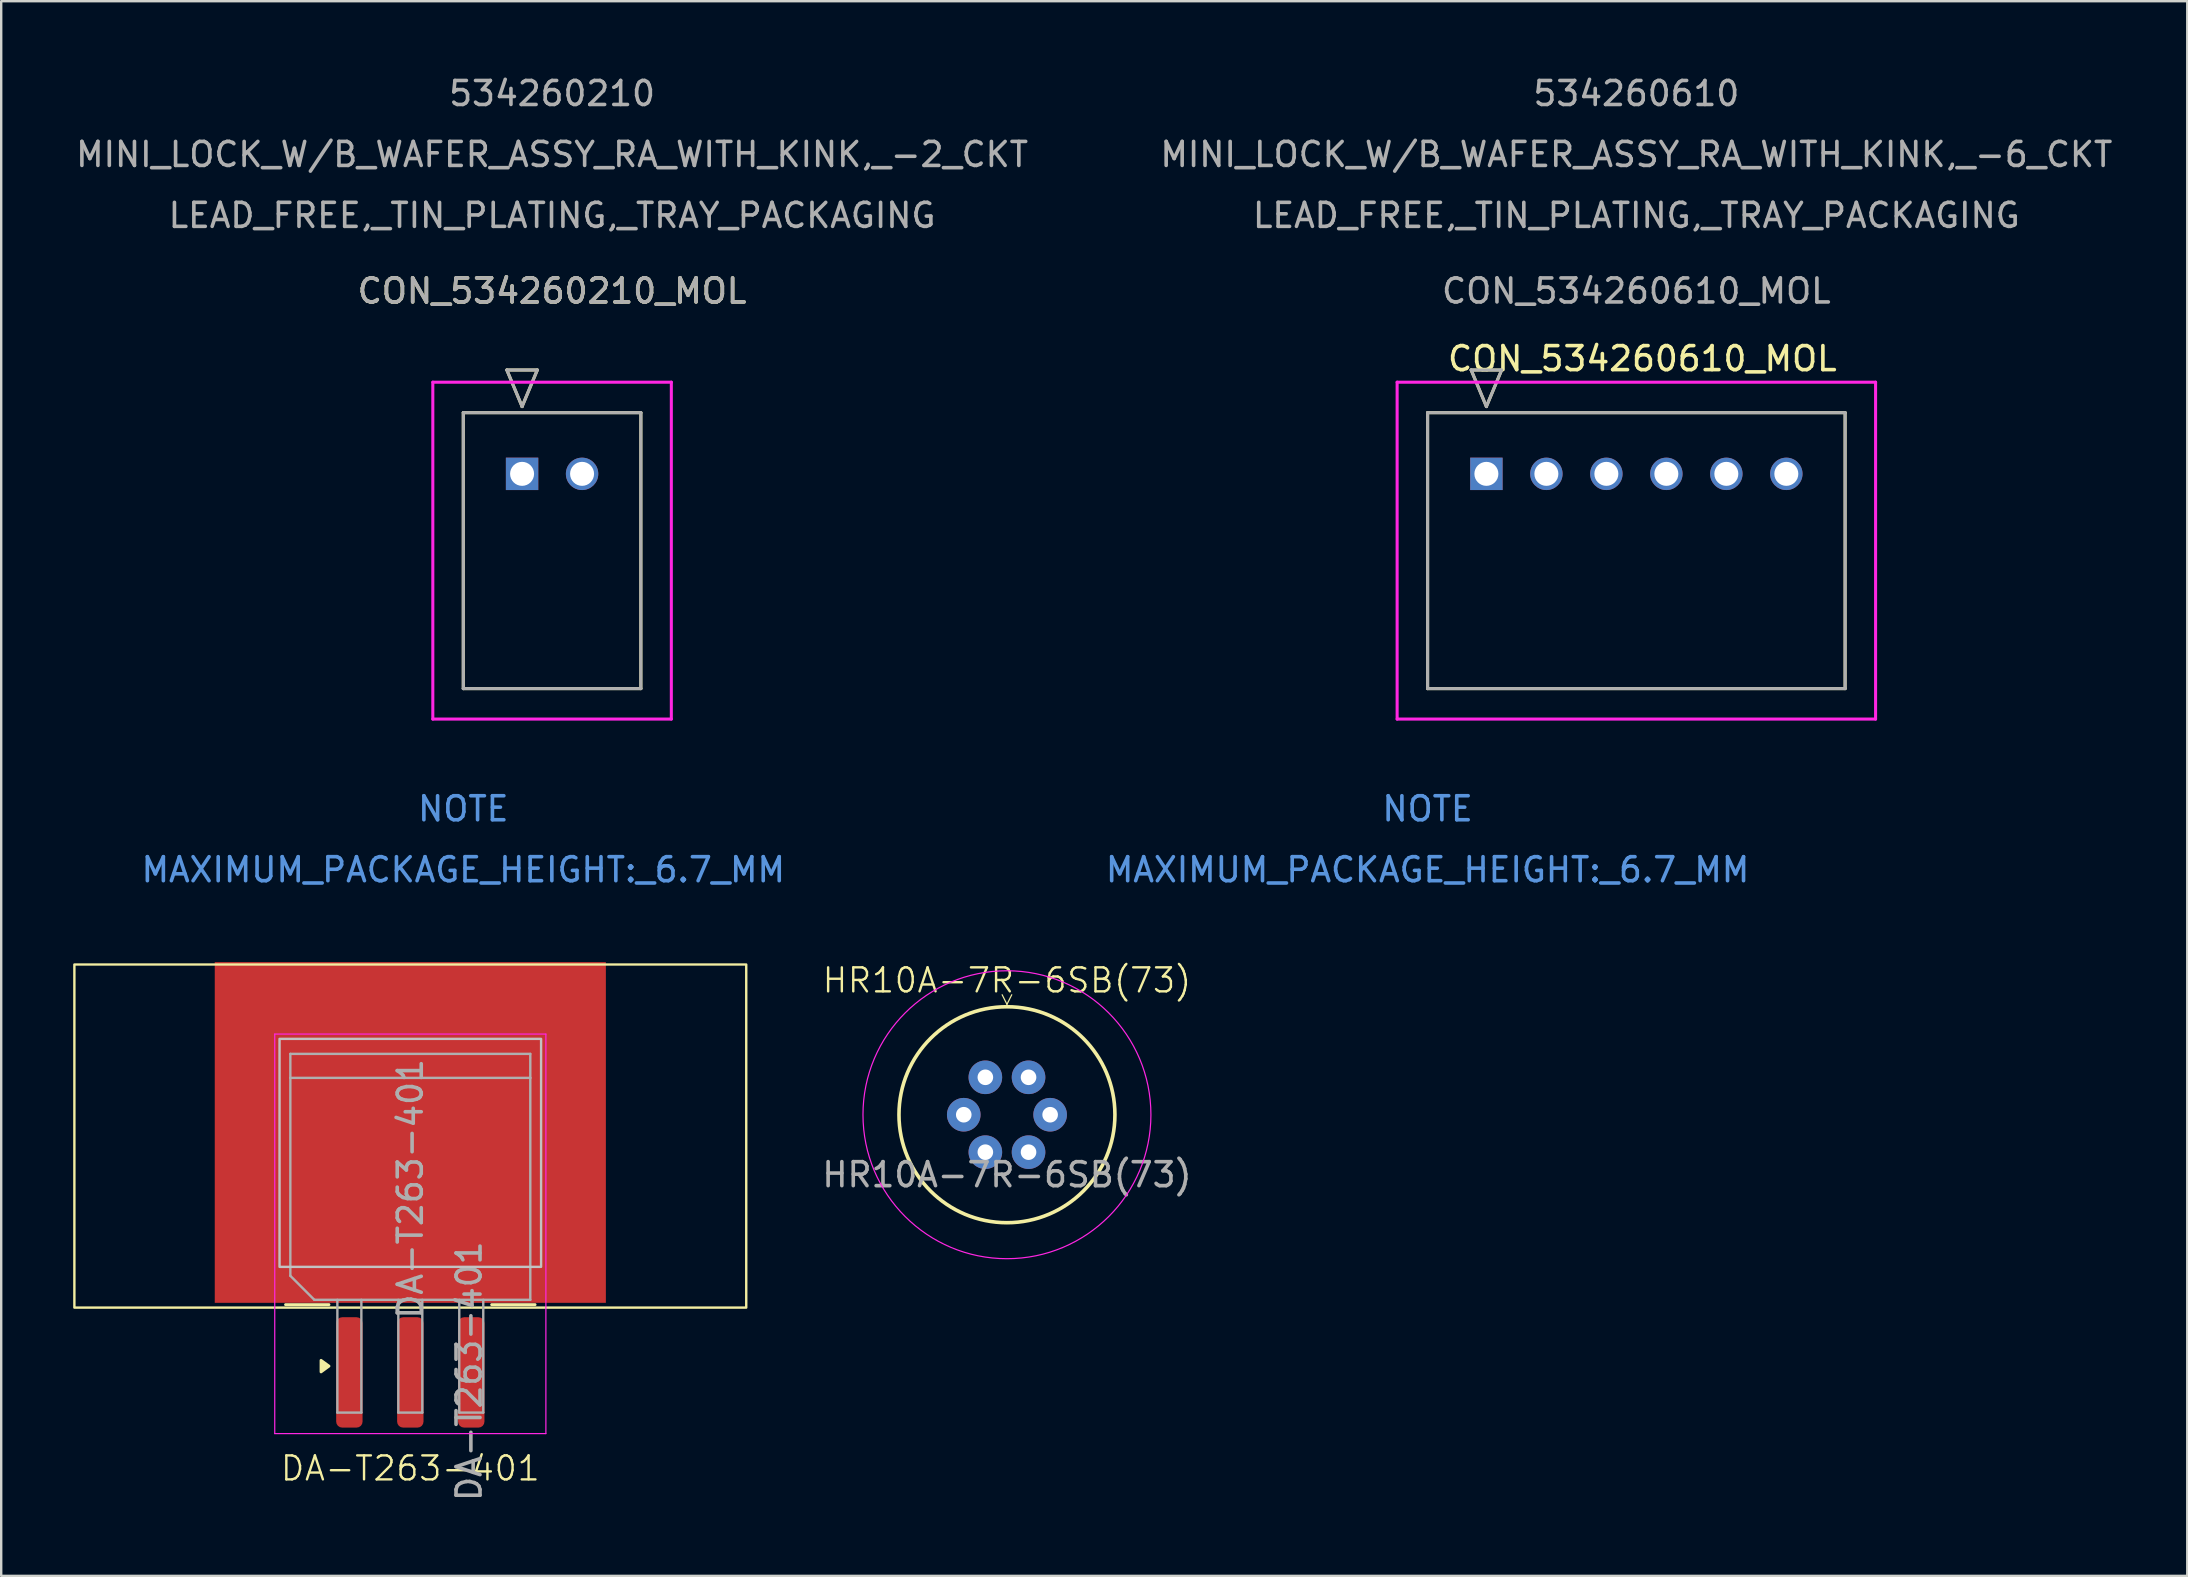
<source format=kicad_pcb>
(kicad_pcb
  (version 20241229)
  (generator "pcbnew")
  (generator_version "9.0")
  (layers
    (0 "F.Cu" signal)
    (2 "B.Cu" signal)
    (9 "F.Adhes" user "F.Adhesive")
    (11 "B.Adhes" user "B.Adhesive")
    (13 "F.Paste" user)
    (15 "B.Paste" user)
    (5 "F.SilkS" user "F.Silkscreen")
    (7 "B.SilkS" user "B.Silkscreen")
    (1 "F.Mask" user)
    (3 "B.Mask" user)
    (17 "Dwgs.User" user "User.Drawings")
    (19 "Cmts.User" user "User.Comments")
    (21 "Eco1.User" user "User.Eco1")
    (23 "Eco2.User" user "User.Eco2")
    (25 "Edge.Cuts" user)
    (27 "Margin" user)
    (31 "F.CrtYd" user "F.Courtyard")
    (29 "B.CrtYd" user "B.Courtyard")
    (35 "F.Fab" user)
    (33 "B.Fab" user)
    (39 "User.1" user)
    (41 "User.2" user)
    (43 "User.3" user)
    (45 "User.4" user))
  (footprint "CON_534260210_MOL"
    (layer "F.Cu")
    (at 18.708 16.698)
    (property "Reference" "CON_534260210_MOL" (at 1.25 -7.62 0) (unlocked yes) (layer "F.SilkS") (effects (font (size 1 1) (thickness 0.15))))
    (attr through_hole)
    (fp_line (start -2.45 -2.55) (end -2.45 8.95) (stroke (width 0.127) (type solid)) (layer "F.SilkS"))
    (fp_line (start -2.45 8.95) (end 4.95 8.95) (stroke (width 0.127) (type solid)) (layer "F.SilkS"))
    (fp_line (start -0.635 -4.328) (end 0 -2.804) (stroke (width 0.127) (type solid)) (layer "F.SilkS"))
    (fp_line (start 0 -2.804) (end 0.635 -4.328) (stroke (width 0.127) (type solid)) (layer "F.SilkS"))
    (fp_line (start 0.635 -4.328) (end -0.635 -4.328) (stroke (width 0.127) (type solid)) (layer "F.SilkS"))
    (fp_line (start 4.95 -2.55) (end -2.45 -2.55) (stroke (width 0.127) (type solid)) (layer "F.SilkS"))
    (fp_line (start 4.95 8.95) (end 4.95 -2.55) (stroke (width 0.127) (type solid)) (layer "F.SilkS"))
    (fp_line (start -3.72 -3.82) (end -3.72 10.22) (stroke (width 0.127) (type solid)) (layer "F.CrtYd"))
    (fp_line (start -3.72 10.22) (end 6.22 10.22) (stroke (width 0.127) (type solid)) (layer "F.CrtYd"))
    (fp_line (start 6.22 -3.82) (end -3.72 -3.82) (stroke (width 0.127) (type solid)) (layer "F.CrtYd"))
    (fp_line (start 6.22 10.22) (end 6.22 -3.82) (stroke (width 0.127) (type solid)) (layer "F.CrtYd"))
    (fp_line (start -2.45 -2.55) (end -2.45 8.95) (stroke (width 0.127) (type solid)) (layer "F.Fab"))
    (fp_line (start -2.45 8.95) (end 4.95 8.95) (stroke (width 0.127) (type solid)) (layer "F.Fab"))
    (fp_line (start -0.635 -4.328) (end 0 -2.804) (stroke (width 0.127) (type solid)) (layer "F.Fab"))
    (fp_line (start 0 -2.804) (end 0.635 -4.328) (stroke (width 0.127) (type solid)) (layer "F.Fab"))
    (fp_line (start 0.635 -4.328) (end -0.635 -4.328) (stroke (width 0.127) (type solid)) (layer "F.Fab"))
    (fp_line (start 4.95 -2.55) (end -2.45 -2.55) (stroke (width 0.127) (type solid)) (layer "F.Fab"))
    (fp_line (start 4.95 8.95) (end 4.95 -2.55) (stroke (width 0.127) (type solid)) (layer "F.Fab"))
    (fp_text user "NOTE" (at -2.45 13.96 0) (unlocked yes) (layer "Cmts.User") (effects (font (size 1 1) (thickness 0.15))))
    (fp_text user "MAXIMUM_PACKAGE_HEIGHT:_6.7_MM" (at -2.45 16.5 0) (unlocked yes) (layer "Cmts.User") (effects (font (size 1 1) (thickness 0.15))))
    (fp_text user "MINI_LOCK_W/B_WAFER_ASSY_RA_WITH_KINK,_-2_CKT" (at 1.25 -13.31 0) (unlocked yes) (layer "F.Fab") (effects (font (size 1 1) (thickness 0.15))))
    (fp_text user "${REFERENCE}" (at 1.25 -7.62 0) (unlocked yes) (layer "F.Fab") (effects (font (size 1 1) (thickness 0.15))))
    (fp_text user "534260210" (at 1.25 -15.85 0) (unlocked yes) (layer "F.Fab") (effects (font (size 1 1) (thickness 0.15))))
    (fp_text user "LEAD_FREE,_TIN_PLATING,_TRAY_PACKAGING" (at 1.25 -10.77 0) (unlocked yes) (layer "F.Fab") (effects (font (size 1 1) (thickness 0.15))))
    (pad "1" thru_hole rect (at 0 0) (size 1.35 1.35) (drill 1) (layers "*.Cu" "*.Mask"))
    (pad "2" thru_hole circle (at 2.5 0) (size 1.35 1.35) (drill 1) (layers "*.Cu" "*.Mask")))
  (footprint "DA-T263-401"
    (layer "F.Cu")
    (at 14.05 54.146)
    (property "Reference" "DA-T263-401" (at 0 4 0) (unlocked yes) (layer "F.SilkS") (effects (font (size 1 1) (thickness 0.1))))
    (attr smd)
    (fp_rect (start -7.8 -16.1) (end -6.4 -2.95) (stroke (width 0.1) (type solid)) (fill yes) (layer "F.Mask"))
    (fp_rect (start -5.6 -14.55) (end 5.6 -2.95) (stroke (width 0.1) (type solid)) (fill yes) (layer "F.Mask"))
    (fp_rect (start 6.4 -16.1) (end 7.8 -2.95) (stroke (width 0.1) (type solid)) (fill yes) (layer "F.Mask"))
    (fp_line (start -5.2 -2.825) (end -3.39 -2.825) (stroke (width 0.12) (type solid)) (layer "F.SilkS"))
    (fp_line (start 5.2 -2.825) (end 3.39 -2.825) (stroke (width 0.12) (type solid)) (layer "F.SilkS"))
    (fp_rect (start -14 -17) (end 14 -2.7) (stroke (width 0.1) (type default)) (fill no) (layer "F.SilkS"))
    (fp_poly (pts (xy -3.39 -0.263) (xy -3.72 -0.022) (xy -3.72 -0.502) (xy -3.39 -0.263)) (stroke (width 0.12) (type solid)) (fill yes) (layer "F.SilkS"))
    (fp_rect (start -7.8 -16.1) (end -6.4 -2.95) (stroke (width 0.1) (type solid)) (fill yes) (layer "F.Paste"))
    (fp_rect (start -5.6 -14.55) (end 5.6 -2.95) (stroke (width 0.1) (type solid)) (fill yes) (layer "F.Paste"))
    (fp_rect (start 6.4 -16.1) (end 7.8 -2.95) (stroke (width 0.1) (type solid)) (fill yes) (layer "F.Paste"))
    (fp_rect (start -5.45 -13.9) (end 5.45 -4.4) (stroke (width 0.1) (type default)) (fill no) (layer "Dwgs.User"))
    (fp_line (start -5.65 -14.1) (end -5.65 2.55) (stroke (width 0.05) (type solid)) (layer "F.CrtYd"))
    (fp_line (start -5.65 2.55) (end 5.65 2.55) (stroke (width 0.05) (type solid)) (layer "F.CrtYd"))
    (fp_line (start 5.65 -14.1) (end -5.65 -14.1) (stroke (width 0.05) (type solid)) (layer "F.CrtYd"))
    (fp_line (start 5.65 2.55) (end 5.65 -14.1) (stroke (width 0.05) (type solid)) (layer "F.CrtYd"))
    (fp_line (start -5 -13.275) (end 5 -13.275) (stroke (width 0.1) (type solid)) (layer "F.Fab"))
    (fp_line (start -5 -12.275) (end -5 -13.275) (stroke (width 0.1) (type solid)) (layer "F.Fab"))
    (fp_line (start -5 -12.275) (end 5 -12.275) (stroke (width 0.1) (type solid)) (layer "F.Fab"))
    (fp_line (start -5 -4.025) (end -5 -12.275) (stroke (width 0.1) (type solid)) (layer "F.Fab"))
    (fp_line (start -4 -3.025) (end -5 -4.025) (stroke (width 0.1) (type solid)) (layer "F.Fab"))
    (fp_line (start -3.04 -3.025) (end -3.04 1.675) (stroke (width 0.1) (type solid)) (layer "F.Fab"))
    (fp_line (start -3.04 1.675) (end -2.04 1.675) (stroke (width 0.1) (type solid)) (layer "F.Fab"))
    (fp_line (start -2.04 1.675) (end -2.04 -3.025) (stroke (width 0.1) (type solid)) (layer "F.Fab"))
    (fp_line (start -0.5 -3.025) (end -0.5 1.675) (stroke (width 0.1) (type solid)) (layer "F.Fab"))
    (fp_line (start -0.5 1.675) (end 0.5 1.675) (stroke (width 0.1) (type solid)) (layer "F.Fab"))
    (fp_line (start 0.5 1.675) (end 0.5 -3.025) (stroke (width 0.1) (type solid)) (layer "F.Fab"))
    (fp_line (start 2.04 -3.025) (end 2.04 1.675) (stroke (width 0.1) (type solid)) (layer "F.Fab"))
    (fp_line (start 2.04 1.675) (end 3.04 1.675) (stroke (width 0.1) (type solid)) (layer "F.Fab"))
    (fp_line (start 3.04 1.675) (end 3.04 -3.025) (stroke (width 0.1) (type solid)) (layer "F.Fab"))
    (fp_line (start 5 -13.275) (end 5 -12.275) (stroke (width 0.1) (type solid)) (layer "F.Fab"))
    (fp_line (start 5 -12.275) (end 5 -3.025) (stroke (width 0.1) (type solid)) (layer "F.Fab"))
    (fp_line (start 5 -3.025) (end -4 -3.025) (stroke (width 0.1) (type solid)) (layer "F.Fab"))
    (fp_text user "${REFERENCE}" (at 0 -7.65 90) (layer "F.Fab") (effects (font (size 1 1) (thickness 0.15))))
    (fp_text user "${REFERENCE}" (at 2.45 -0.05 90) (unlocked yes) (layer "F.Fab") (effects (font (size 1 1) (thickness 0.15))))
    (pad "1" smd roundrect (at -2.54 0 90) (size 4.6 1.1) (layers "F.Cu" "F.Mask" "F.Paste") (roundrect_rratio 0.227))
    (pad "2" smd rect (at 0 -10 180) (size 16.3 14.2) (layers "F.Cu"))
    (pad "2" smd roundrect (at 0 0 90) (size 4.6 1.1) (layers "F.Cu" "F.Mask" "F.Paste") (roundrect_rratio 0.227))
    (pad "3" smd roundrect (at 2.54 0 90) (size 4.6 1.1) (layers "F.Cu" "F.Mask" "F.Paste") (roundrect_rratio 0.227)))
  (footprint "CON_534260610_MOL"
    (layer "F.Cu")
    (at 58.896 16.698)
    (property "Reference" "CON_534260610_MOL" (at 6.5 -4.8 0) (unlocked yes) (layer "F.SilkS") (effects (font (size 1 1) (thickness 0.15))))
    (attr through_hole)
    (fp_line (start -2.45 -2.55) (end -2.45 8.95) (stroke (width 0.127) (type solid)) (layer "F.SilkS"))
    (fp_line (start -2.45 8.95) (end 14.95 8.95) (stroke (width 0.127) (type solid)) (layer "F.SilkS"))
    (fp_line (start -0.635 -4.328) (end 0 -2.804) (stroke (width 0.127) (type solid)) (layer "F.SilkS"))
    (fp_line (start 0 -2.804) (end 0.635 -4.328) (stroke (width 0.127) (type solid)) (layer "F.SilkS"))
    (fp_line (start 0.635 -4.328) (end -0.635 -4.328) (stroke (width 0.127) (type solid)) (layer "F.SilkS"))
    (fp_line (start 14.95 -2.55) (end -2.45 -2.55) (stroke (width 0.127) (type solid)) (layer "F.SilkS"))
    (fp_line (start 14.95 8.95) (end 14.95 -2.55) (stroke (width 0.127) (type solid)) (layer "F.SilkS"))
    (fp_line (start -3.72 -3.82) (end -3.72 10.22) (stroke (width 0.127) (type solid)) (layer "F.CrtYd"))
    (fp_line (start -3.72 10.22) (end 16.22 10.22) (stroke (width 0.127) (type solid)) (layer "F.CrtYd"))
    (fp_line (start 16.22 -3.82) (end -3.72 -3.82) (stroke (width 0.127) (type solid)) (layer "F.CrtYd"))
    (fp_line (start 16.22 10.22) (end 16.22 -3.82) (stroke (width 0.127) (type solid)) (layer "F.CrtYd"))
    (fp_line (start -2.45 -2.55) (end -2.45 8.95) (stroke (width 0.127) (type solid)) (layer "F.Fab"))
    (fp_line (start -2.45 8.95) (end 14.95 8.95) (stroke (width 0.127) (type solid)) (layer "F.Fab"))
    (fp_line (start -0.635 -4.328) (end 0 -2.804) (stroke (width 0.127) (type solid)) (layer "F.Fab"))
    (fp_line (start 0 -2.804) (end 0.635 -4.328) (stroke (width 0.127) (type solid)) (layer "F.Fab"))
    (fp_line (start 0.635 -4.328) (end -0.635 -4.328) (stroke (width 0.127) (type solid)) (layer "F.Fab"))
    (fp_line (start 14.95 -2.55) (end -2.45 -2.55) (stroke (width 0.127) (type solid)) (layer "F.Fab"))
    (fp_line (start 14.95 8.95) (end 14.95 -2.55) (stroke (width 0.127) (type solid)) (layer "F.Fab"))
    (fp_text user "NOTE" (at -2.45 13.96 0) (unlocked yes) (layer "Cmts.User") (effects (font (size 1 1) (thickness 0.15))))
    (fp_text user "MAXIMUM_PACKAGE_HEIGHT:_6.7_MM" (at -2.45 16.5 0) (unlocked yes) (layer "Cmts.User") (effects (font (size 1 1) (thickness 0.15))))
    (fp_text user "LEAD_FREE,_TIN_PLATING,_TRAY_PACKAGING" (at 6.25 -10.77 0) (unlocked yes) (layer "F.Fab") (effects (font (size 1 1) (thickness 0.15))))
    (fp_text user "MINI_LOCK_W/B_WAFER_ASSY_RA_WITH_KINK,_-6_CKT" (at 6.25 -13.31 0) (unlocked yes) (layer "F.Fab") (effects (font (size 1 1) (thickness 0.15))))
    (fp_text user "534260610" (at 6.25 -15.85 0) (unlocked yes) (layer "F.Fab") (effects (font (size 1 1) (thickness 0.15))))
    (fp_text user "${REFERENCE}" (at 6.25 -7.62 0) (unlocked yes) (layer "F.Fab") (effects (font (size 1 1) (thickness 0.15))))
    (pad "1" thru_hole rect (at 0 0) (size 1.35 1.35) (drill 1) (layers "*.Cu" "*.Mask"))
    (pad "2" thru_hole circle (at 2.5 0) (size 1.35 1.35) (drill 1) (layers "*.Cu" "*.Mask"))
    (pad "3" thru_hole circle (at 5 0) (size 1.35 1.35) (drill 1) (layers "*.Cu" "*.Mask"))
    (pad "4" thru_hole circle (at 7.5 0) (size 1.35 1.35) (drill 1) (layers "*.Cu" "*.Mask"))
    (pad "5" thru_hole circle (at 10 0) (size 1.35 1.35) (drill 1) (layers "*.Cu" "*.Mask"))
    (pad "6" thru_hole circle (at 12.5 0) (size 1.35 1.35) (drill 1) (layers "*.Cu" "*.Mask")))
  (footprint "HR10A-7R-6SB(73)"
    (layer "F.Cu")
    (at 38.915 43.407)
    (property "Reference" "HR10A-7R-6SB(73)" (at 0 -5.6 0) (unlocked yes) (layer "F.SilkS") (effects (font (size 1 1) (thickness 0.1))))
    (attr through_hole)
    (fp_line (start -0.2 -5) (end 0 -4.6) (stroke (width 0.05) (type default)) (layer "F.SilkS"))
    (fp_line (start 0 -4.6) (end 0.2 -5) (stroke (width 0.05) (type default)) (layer "F.SilkS"))
    (fp_circle (center 0 0) (end 4.5 0) (stroke (width 0.15) (type default)) (fill no) (layer "F.SilkS"))
    (fp_circle (center 0 0) (end 6 0) (stroke (width 0.05) (type default)) (fill no) (layer "F.CrtYd"))
    (fp_text user "${REFERENCE}" (at 0 2.5 0) (unlocked yes) (layer "F.Fab") (effects (font (size 1 1) (thickness 0.15))))
    (pad "1" thru_hole circle (at 0.9 -1.56) (size 1.4 1.4) (drill 0.65) (layers "*.Cu" "*.Mask"))
    (pad "2" thru_hole circle (at 1.8 0) (size 1.4 1.4) (drill 0.65) (layers "*.Cu" "*.Mask"))
    (pad "3" thru_hole circle (at 0.9 1.56) (size 1.4 1.4) (drill 0.65) (layers "*.Cu" "*.Mask"))
    (pad "4" thru_hole circle (at -0.9 1.56) (size 1.4 1.4) (drill 0.65) (layers "*.Cu" "*.Mask"))
    (pad "5" thru_hole circle (at -1.8 0) (size 1.4 1.4) (drill 0.65) (layers "*.Cu" "*.Mask"))
    (pad "6" thru_hole circle (at -0.9 -1.56) (size 1.4 1.4) (drill 0.65) (layers "*.Cu" "*.Mask")))
  (gr_rect
    (start -3 -3)
    (end 88.105 62.626)
    (stroke (width 0.1) (type default))
    (fill no)
    (layer "Edge.Cuts")))
</source>
